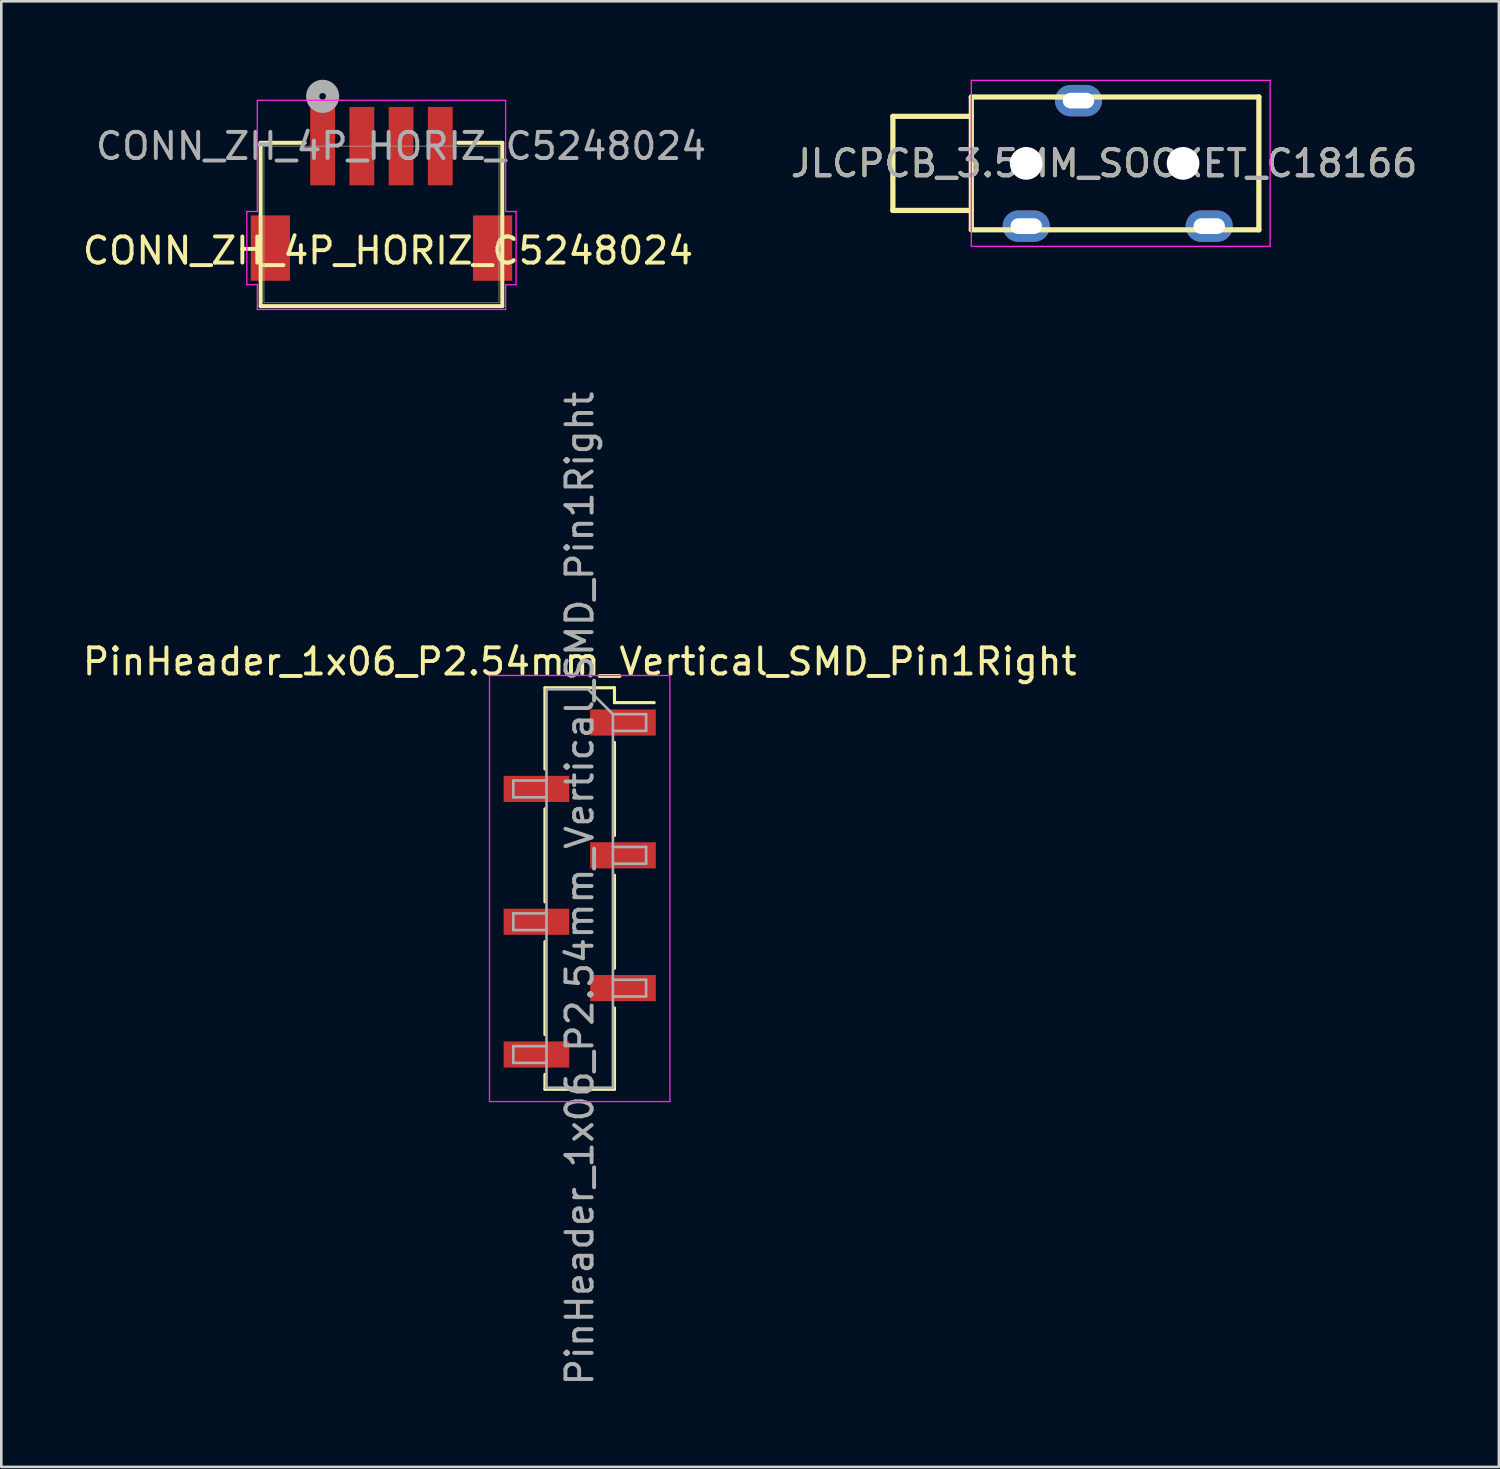
<source format=kicad_pcb>
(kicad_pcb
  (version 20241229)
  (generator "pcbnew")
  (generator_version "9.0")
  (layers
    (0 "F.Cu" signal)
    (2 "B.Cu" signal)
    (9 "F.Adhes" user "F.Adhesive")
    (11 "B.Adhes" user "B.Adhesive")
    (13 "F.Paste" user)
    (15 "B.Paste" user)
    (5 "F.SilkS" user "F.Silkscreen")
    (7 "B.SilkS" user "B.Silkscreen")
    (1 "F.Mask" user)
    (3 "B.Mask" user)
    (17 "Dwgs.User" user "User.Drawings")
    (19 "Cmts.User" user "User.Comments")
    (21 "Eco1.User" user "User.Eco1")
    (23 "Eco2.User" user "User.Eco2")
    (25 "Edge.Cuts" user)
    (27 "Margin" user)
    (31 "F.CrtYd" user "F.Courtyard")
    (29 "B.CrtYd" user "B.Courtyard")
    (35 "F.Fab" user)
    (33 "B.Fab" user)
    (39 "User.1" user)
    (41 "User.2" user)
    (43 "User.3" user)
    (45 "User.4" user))
  (footprint "JLCPCB_3.5MM_SOCKET_C18166"
    (layer "F.Cu")
    (at 34.105 3.2)
    (property "Reference" "JLCPCB_3.5MM_SOCKET_C18166" (at 5.08 0 0) (unlocked yes) (layer "F.SilkS") (effects (font (size 1 1) (thickness 0.15))))
    (attr through_hole)
    (fp_line (start -3 -1.8) (end -3 1.8) (stroke (width 0.2) (type solid)) (layer "F.SilkS"))
    (fp_line (start 0 -2.54) (end 0 2.54) (stroke (width 0.2) (type solid)) (layer "F.SilkS"))
    (fp_line (start 0 -2.54) (end 11 -2.54) (stroke (width 0.2) (type solid)) (layer "F.SilkS"))
    (fp_line (start 0 -1.8) (end -3 -1.8) (stroke (width 0.2) (type solid)) (layer "F.SilkS"))
    (fp_line (start 0 1.8) (end -3 1.8) (stroke (width 0.2) (type solid)) (layer "F.SilkS"))
    (fp_line (start 0 2.54) (end 11 2.54) (stroke (width 0.2) (type solid)) (layer "F.SilkS"))
    (fp_line (start 11 -2.54) (end 11 2.54) (stroke (width 0.2) (type solid)) (layer "F.SilkS"))
    (fp_line (start 0 -3.175) (end 11.43 -3.175) (stroke (width 0.05) (type solid)) (layer "F.CrtYd"))
    (fp_line (start 0 3.175) (end 0 -3.175) (stroke (width 0.05) (type solid)) (layer "F.CrtYd"))
    (fp_line (start 11.43 -3.175) (end 11.43 3.175) (stroke (width 0.05) (type solid)) (layer "F.CrtYd"))
    (fp_line (start 11.43 3.175) (end 0 3.175) (stroke (width 0.05) (type solid)) (layer "F.CrtYd"))
    (fp_text user "${REFERENCE}" (at 5.08 0 0) (unlocked yes) (layer "F.Fab") (effects (font (size 1 1) (thickness 0.15))))
    (pad "" np_thru_hole circle (at 2.1 0) (size 1.25 1.25) (drill 1.25) (layers "*.Cu" "*.Mask"))
    (pad "" np_thru_hole circle (at 8.1 0) (size 1.25 1.25) (drill 1.25) (layers "*.Cu" "*.Mask"))
    (pad "2" thru_hole oval (at 4.1 -2.4) (size 1.8 1.2) (drill oval 1.2 0.6) (layers "*.Cu" "*.Mask"))
    (pad "3" thru_hole oval (at 2.1 2.4) (size 1.8 1.2) (drill oval 1.2 0.6) (layers "*.Cu" "*.Mask"))
    (pad "4" thru_hole oval (at 9.1 2.4) (size 1.8 1.2) (drill oval 1.2 0.6) (layers "*.Cu" "*.Mask")))
  (footprint "PinHeader_1x06_P2.54mm_Vertical_SMD_Pin1Right"
    (layer "F.Cu")
    (at 19.125 30.938)
    (property "Reference" "PinHeader_1x06_P2.54mm_Vertical_SMD_Pin1Right" (at 0 -8.68 0) (layer "F.SilkS") (effects (font (size 1 1) (thickness 0.15))))
    (attr smd)
    (fp_line (start -1.33 -7.68) (end -1.33 -4.57) (stroke (width 0.12) (type solid)) (layer "F.SilkS"))
    (fp_line (start -1.33 -7.68) (end 1.33 -7.68) (stroke (width 0.12) (type solid)) (layer "F.SilkS"))
    (fp_line (start -1.33 -3.05) (end -1.33 0.51) (stroke (width 0.12) (type solid)) (layer "F.SilkS"))
    (fp_line (start -1.33 2.03) (end -1.33 5.59) (stroke (width 0.12) (type solid)) (layer "F.SilkS"))
    (fp_line (start -1.33 7.11) (end -1.33 7.68) (stroke (width 0.12) (type solid)) (layer "F.SilkS"))
    (fp_line (start -1.33 7.68) (end 1.33 7.68) (stroke (width 0.12) (type solid)) (layer "F.SilkS"))
    (fp_line (start 1.33 -7.68) (end 1.33 -7.11) (stroke (width 0.12) (type solid)) (layer "F.SilkS"))
    (fp_line (start 1.33 -7.11) (end 2.85 -7.11) (stroke (width 0.12) (type solid)) (layer "F.SilkS"))
    (fp_line (start 1.33 -5.59) (end 1.33 -2.03) (stroke (width 0.12) (type solid)) (layer "F.SilkS"))
    (fp_line (start 1.33 -0.51) (end 1.33 3.05) (stroke (width 0.12) (type solid)) (layer "F.SilkS"))
    (fp_line (start 1.33 4.57) (end 1.33 7.68) (stroke (width 0.12) (type solid)) (layer "F.SilkS"))
    (fp_line (start -3.45 -8.15) (end -3.45 8.15) (stroke (width 0.05) (type solid)) (layer "F.CrtYd"))
    (fp_line (start -3.45 8.15) (end 3.45 8.15) (stroke (width 0.05) (type solid)) (layer "F.CrtYd"))
    (fp_line (start 3.45 -8.15) (end -3.45 -8.15) (stroke (width 0.05) (type solid)) (layer "F.CrtYd"))
    (fp_line (start 3.45 8.15) (end 3.45 -8.15) (stroke (width 0.05) (type solid)) (layer "F.CrtYd"))
    (fp_line (start -2.54 -4.13) (end -2.54 -3.49) (stroke (width 0.1) (type solid)) (layer "F.Fab"))
    (fp_line (start -2.54 -3.49) (end -1.27 -3.49) (stroke (width 0.1) (type solid)) (layer "F.Fab"))
    (fp_line (start -2.54 0.95) (end -2.54 1.59) (stroke (width 0.1) (type solid)) (layer "F.Fab"))
    (fp_line (start -2.54 1.59) (end -1.27 1.59) (stroke (width 0.1) (type solid)) (layer "F.Fab"))
    (fp_line (start -2.54 6.03) (end -2.54 6.67) (stroke (width 0.1) (type solid)) (layer "F.Fab"))
    (fp_line (start -2.54 6.67) (end -1.27 6.67) (stroke (width 0.1) (type solid)) (layer "F.Fab"))
    (fp_line (start -1.27 -7.62) (end -1.27 7.62) (stroke (width 0.1) (type solid)) (layer "F.Fab"))
    (fp_line (start -1.27 -7.62) (end 0.32 -7.62) (stroke (width 0.1) (type solid)) (layer "F.Fab"))
    (fp_line (start -1.27 -4.13) (end -2.54 -4.13) (stroke (width 0.1) (type solid)) (layer "F.Fab"))
    (fp_line (start -1.27 0.95) (end -2.54 0.95) (stroke (width 0.1) (type solid)) (layer "F.Fab"))
    (fp_line (start -1.27 6.03) (end -2.54 6.03) (stroke (width 0.1) (type solid)) (layer "F.Fab"))
    (fp_line (start 1.27 -6.67) (end 0.32 -7.62) (stroke (width 0.1) (type solid)) (layer "F.Fab"))
    (fp_line (start 1.27 -6.67) (end 2.54 -6.67) (stroke (width 0.1) (type solid)) (layer "F.Fab"))
    (fp_line (start 1.27 -1.59) (end 2.54 -1.59) (stroke (width 0.1) (type solid)) (layer "F.Fab"))
    (fp_line (start 1.27 3.49) (end 2.54 3.49) (stroke (width 0.1) (type solid)) (layer "F.Fab"))
    (fp_line (start 1.27 7.62) (end -1.27 7.62) (stroke (width 0.1) (type solid)) (layer "F.Fab"))
    (fp_line (start 1.27 7.62) (end 1.27 -6.67) (stroke (width 0.1) (type solid)) (layer "F.Fab"))
    (fp_line (start 2.54 -6.67) (end 2.54 -6.03) (stroke (width 0.1) (type solid)) (layer "F.Fab"))
    (fp_line (start 2.54 -6.03) (end 1.27 -6.03) (stroke (width 0.1) (type solid)) (layer "F.Fab"))
    (fp_line (start 2.54 -1.59) (end 2.54 -0.95) (stroke (width 0.1) (type solid)) (layer "F.Fab"))
    (fp_line (start 2.54 -0.95) (end 1.27 -0.95) (stroke (width 0.1) (type solid)) (layer "F.Fab"))
    (fp_line (start 2.54 3.49) (end 2.54 4.13) (stroke (width 0.1) (type solid)) (layer "F.Fab"))
    (fp_line (start 2.54 4.13) (end 1.27 4.13) (stroke (width 0.1) (type solid)) (layer "F.Fab"))
    (fp_text user "${REFERENCE}" (at 0 0 90) (layer "F.Fab") (effects (font (size 1 1) (thickness 0.15))))
    (pad "1" smd rect (at 1.655 -6.35) (size 2.51 1) (layers "F.Cu" "F.Mask" "F.Paste"))
    (pad "2" smd rect (at -1.655 -3.81) (size 2.51 1) (layers "F.Cu" "F.Mask" "F.Paste"))
    (pad "3" smd rect (at 1.655 -1.27) (size 2.51 1) (layers "F.Cu" "F.Mask" "F.Paste"))
    (pad "4" smd rect (at -1.655 1.27) (size 2.51 1) (layers "F.Cu" "F.Mask" "F.Paste"))
    (pad "5" smd rect (at 1.655 3.81) (size 2.51 1) (layers "F.Cu" "F.Mask" "F.Paste"))
    (pad "6" smd rect (at -1.655 6.35) (size 2.51 1) (layers "F.Cu" "F.Mask" "F.Paste")))
  (footprint "CONN_ZH_4P_HORIZ_C5248024"
    (layer "F.Cu")
    (at 9.292 2.54)
    (property "Reference" "CONN_ZH_4P_HORIZ_C5248024" (at 2.5 4 0) (unlocked yes) (layer "F.SilkS") (effects (font (size 1 1) (thickness 0.15))))
    (attr smd)
    (fp_line (start -2.372 -0.127) (end -2.372 6.121) (stroke (width 0.152) (type solid)) (layer "F.SilkS"))
    (fp_line (start -2.372 6.121) (end 6.872 6.121) (stroke (width 0.152) (type default)) (layer "F.SilkS"))
    (fp_line (start -0.688 -0.127) (end -2.372 -0.127) (stroke (width 0.152) (type solid)) (layer "F.SilkS"))
    (fp_line (start 6.872 -0.127) (end 5.188 -0.127) (stroke (width 0.152) (type solid)) (layer "F.SilkS"))
    (fp_line (start 6.872 6.121) (end 6.872 -0.127) (stroke (width 0.152) (type solid)) (layer "F.SilkS"))
    (fp_line (start -2.9 2.5) (end -2.9 5.3) (stroke (width 0.05) (type default)) (layer "F.CrtYd"))
    (fp_line (start -2.9 5.3) (end -2.5 5.3) (stroke (width 0.05) (type default)) (layer "F.CrtYd"))
    (fp_line (start -2.5 2.5) (end -2.9 2.5) (stroke (width 0.05) (type default)) (layer "F.CrtYd"))
    (fp_line (start -2.5 5.3) (end -2.499 6.248) (stroke (width 0.05) (type default)) (layer "F.CrtYd"))
    (fp_line (start -2.499 -1.753) (end -2.5 2.5) (stroke (width 0.05) (type default)) (layer "F.CrtYd"))
    (fp_line (start -2.499 -1.753) (end 6.999 -1.753) (stroke (width 0.05) (type default)) (layer "F.CrtYd"))
    (fp_line (start 6.999 -1.753) (end 7 2.5) (stroke (width 0.05) (type default)) (layer "F.CrtYd"))
    (fp_line (start 6.999 6.248) (end -2.499 6.248) (stroke (width 0.05) (type default)) (layer "F.CrtYd"))
    (fp_line (start 7 5.3) (end 6.999 6.248) (stroke (width 0.05) (type default)) (layer "F.CrtYd"))
    (fp_line (start 7 5.3) (end 7.4 5.3) (stroke (width 0.05) (type default)) (layer "F.CrtYd"))
    (fp_line (start 7.4 2.5) (end 7 2.5) (stroke (width 0.05) (type default)) (layer "F.CrtYd"))
    (fp_line (start 7.4 5.3) (end 7.4 2.5) (stroke (width 0.05) (type default)) (layer "F.CrtYd"))
    (fp_line (start -2.245 0) (end -2.245 5.994) (stroke (width 0.025) (type solid)) (layer "F.Fab"))
    (fp_line (start -2.245 0) (end 6.745 0) (stroke (width 0.025) (type default)) (layer "F.Fab"))
    (fp_line (start -2.245 5.994) (end 6.745 5.994) (stroke (width 0.025) (type default)) (layer "F.Fab"))
    (fp_line (start 6.745 5.994) (end 6.745 0) (stroke (width 0.025) (type solid)) (layer "F.Fab"))
    (fp_circle (center 0 -1.905) (end 0.381 -1.905) (stroke (width 0.508) (type solid)) (fill no) (layer "F.Fab"))
    (fp_text user "${REFERENCE}" (at 3 0 0) (unlocked yes) (layer "F.Fab") (effects (font (size 1 1) (thickness 0.15))))
    (pad "1" smd rect (at 0 0) (size 0.95 3) (layers "F.Cu" "F.Mask" "F.Paste"))
    (pad "2" smd rect (at 1.5 0) (size 0.95 3) (layers "F.Cu" "F.Mask" "F.Paste"))
    (pad "3" smd rect (at 3 0) (size 0.95 3) (layers "F.Cu" "F.Mask" "F.Paste"))
    (pad "4" smd rect (at 4.5 0) (size 0.95 3) (layers "F.Cu" "F.Mask" "F.Paste"))
    (pad "NC" smd rect (at -2 3.9) (size 1.5 2.5) (layers "F.Cu" "F.Mask" "F.Paste"))
    (pad "NC" smd rect (at 6.5 3.9) (size 1.5 2.5) (layers "F.Cu" "F.Mask" "F.Paste")))
  (gr_rect
    (start -3 -3)
    (end 54.286 53.063)
    (stroke (width 0.1) (type default))
    (fill no)
    (layer "Edge.Cuts")))
</source>
